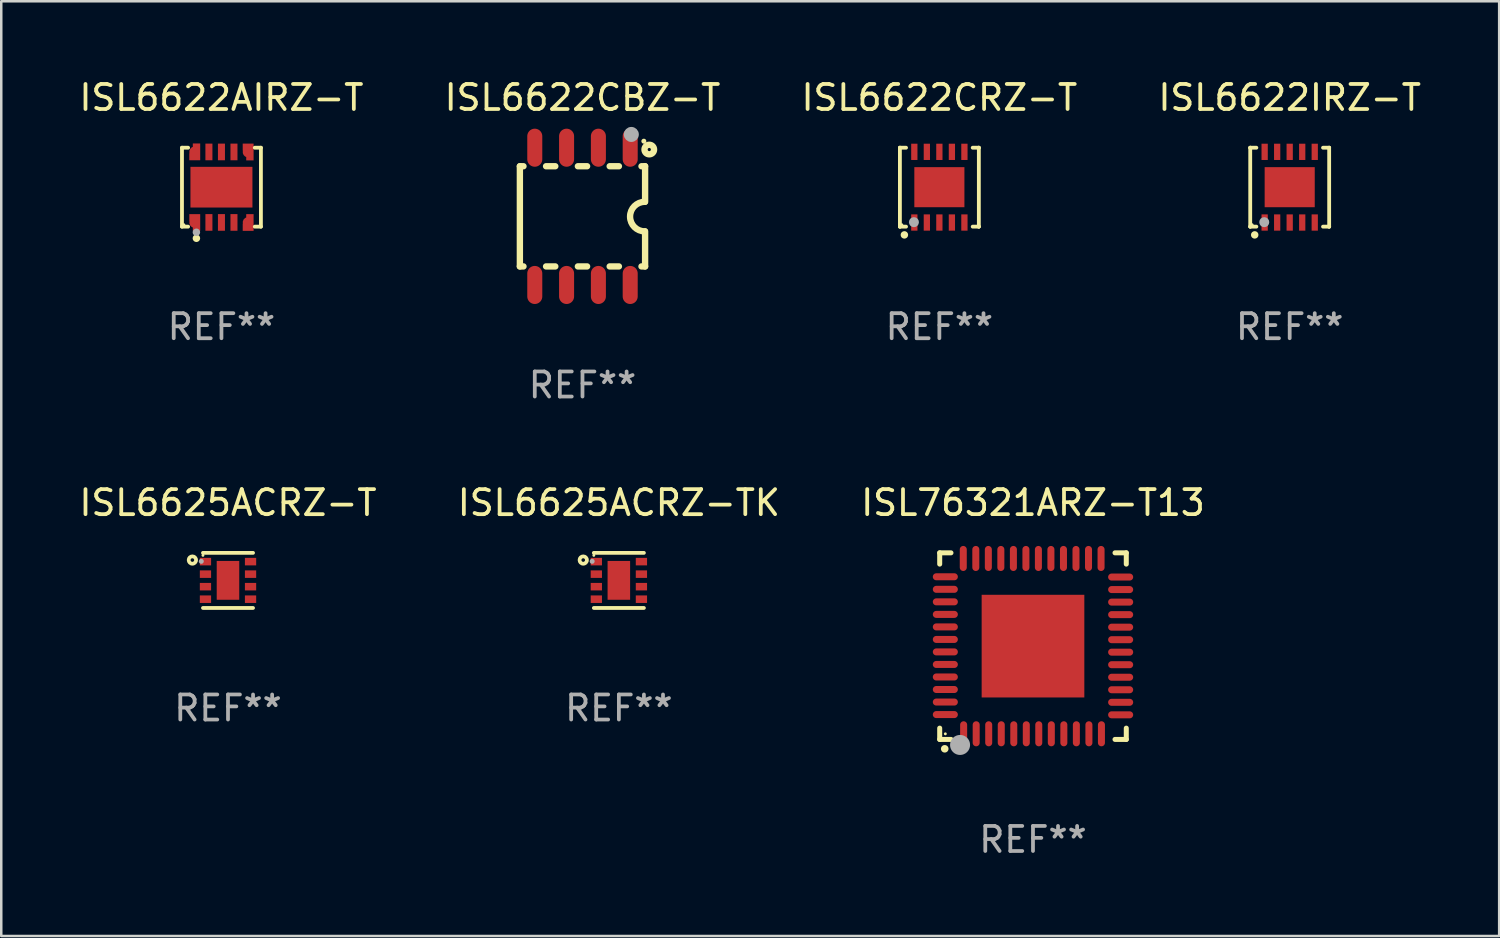
<source format=kicad_pcb>
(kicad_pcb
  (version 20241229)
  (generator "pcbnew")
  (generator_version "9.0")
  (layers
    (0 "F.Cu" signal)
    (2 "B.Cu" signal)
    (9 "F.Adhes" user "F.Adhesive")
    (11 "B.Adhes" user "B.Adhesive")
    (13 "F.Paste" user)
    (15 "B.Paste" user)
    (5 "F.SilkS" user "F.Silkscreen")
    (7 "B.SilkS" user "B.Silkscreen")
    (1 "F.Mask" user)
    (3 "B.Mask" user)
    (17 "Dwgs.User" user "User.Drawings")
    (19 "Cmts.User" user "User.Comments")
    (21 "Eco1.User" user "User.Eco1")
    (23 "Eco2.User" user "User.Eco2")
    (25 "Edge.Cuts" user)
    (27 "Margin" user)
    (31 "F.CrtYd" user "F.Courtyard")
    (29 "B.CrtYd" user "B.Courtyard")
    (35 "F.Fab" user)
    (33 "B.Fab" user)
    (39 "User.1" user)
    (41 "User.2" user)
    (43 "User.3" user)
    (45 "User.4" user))
  (footprint "ISL6622AIRZ-T"
    (layer "F.Cu")
    (at 5.792 4.424)
    (property "Reference" "ISL6622AIRZ-T" (at 0 -3.576 0) (layer "F.SilkS") (effects (font (size 1 1) (thickness 0.15))))
    (attr through_hole)
    (fp_line (start -1.576 -1.576) (end -1.331 -1.576) (stroke (width 0.152) (type solid)) (layer "F.SilkS"))
    (fp_line (start -1.576 1.576) (end -1.576 -1.576) (stroke (width 0.152) (type solid)) (layer "F.SilkS"))
    (fp_line (start -1.331 1.576) (end -1.576 1.576) (stroke (width 0.152) (type solid)) (layer "F.SilkS"))
    (fp_line (start 1.331 1.576) (end 1.576 1.576) (stroke (width 0.152) (type solid)) (layer "F.SilkS"))
    (fp_line (start 1.576 -1.576) (end 1.331 -1.576) (stroke (width 0.152) (type solid)) (layer "F.SilkS"))
    (fp_line (start 1.576 1.576) (end 1.576 -1.576) (stroke (width 0.152) (type solid)) (layer "F.SilkS"))
    (fp_circle (center -1.5 1.5) (end -1.47 1.5) (stroke (width 0.06) (type solid)) (fill no) (layer "F.SilkS"))
    (fp_circle (center -1 2.04) (end -0.925 2.04) (stroke (width 0.15) (type solid)) (fill no) (layer "F.SilkS"))
    (fp_circle (center -1 1.8) (end -0.925 1.8) (stroke (width 0.15) (type solid)) (fill no) (layer "F.Fab"))
    (fp_text user "REF**" (at 0 5.576 0) (layer "F.Fab") (effects (font (size 1 1) (thickness 0.15))))
    (pad "1" smd custom (at -1.066 1.41) (size 0.435 0.67) (layers "F.Cu" "F.Mask" "F.Paste") (options (anchor circle)) (primitives (gr_poly (pts (xy 0.218 -0.335) (xy -0.217 -0.335) (xy -0.217 -0.055) (xy -0.077 -0.055) (xy -0.077 0.335) (xy 0.218 0.335)) (width 0) (fill yes))))
    (pad "2" smd rect (at -0.5 1.407) (size 0.28 0.665) (layers "F.Cu" "F.Mask" "F.Paste"))
    (pad "3" smd rect (at 0 1.407) (size 0.28 0.665) (layers "F.Cu" "F.Mask" "F.Paste"))
    (pad "4" smd rect (at 0.5 1.407) (size 0.28 0.665) (layers "F.Cu" "F.Mask" "F.Paste"))
    (pad "5" smd custom (at 1.066 1.41 180) (size 0.435 0.67) (layers "F.Cu" "F.Mask" "F.Paste") (options (anchor circle)) (primitives (gr_poly (pts (xy -0.218 -0.335) (xy 0.217 -0.335) (xy 0.217 -0.055) (xy 0.077 -0.055) (xy 0.077 0.335) (xy -0.218 0.335)) (width 0) (fill yes))))
    (pad "6" smd custom (at 1.066 -1.405 180) (size 0.435 0.67) (layers "F.Cu" "F.Mask" "F.Paste") (options (anchor circle)) (primitives (gr_poly (pts (xy -0.218 0.335) (xy 0.217 0.335) (xy 0.217 0.055) (xy 0.077 0.055) (xy 0.077 -0.335) (xy -0.218 -0.335)) (width 0) (fill yes))))
    (pad "7" smd rect (at 0.5 -1.407) (size 0.28 0.665) (layers "F.Cu" "F.Mask" "F.Paste"))
    (pad "8" smd rect (at 0 -1.407) (size 0.28 0.665) (layers "F.Cu" "F.Mask" "F.Paste"))
    (pad "9" smd rect (at -0.5 -1.407) (size 0.28 0.665) (layers "F.Cu" "F.Mask" "F.Paste"))
    (pad "10" smd custom (at -1.066 -1.41) (size 0.435 0.67) (layers "F.Cu" "F.Mask" "F.Paste") (options (anchor circle)) (primitives (gr_poly (pts (xy 0.218 0.335) (xy -0.218 0.335) (xy -0.218 0.055) (xy -0.077 0.055) (xy -0.077 -0.335) (xy 0.218 -0.335)) (width 0) (fill yes))))
    (pad "11" smd rect (at 0 0) (size 2.475 1.625) (layers "F.Cu" "F.Mask" "F.Paste")))
  (footprint "ISL6622CBZ-T"
    (layer "F.Cu")
    (at 20.208 5.588)
    (property "Reference" "ISL6622CBZ-T" (at 0 -4.74 0) (layer "F.SilkS") (effects (font (size 1 1) (thickness 0.15))))
    (attr through_hole)
    (fp_line (start -2.5 2) (end -2.5 -2) (stroke (width 0.254) (type solid)) (layer "F.SilkS"))
    (fp_line (start -2.356 -2) (end -2.5 -2) (stroke (width 0.254) (type solid)) (layer "F.SilkS"))
    (fp_line (start -2.356 2) (end -2.5 2) (stroke (width 0.254) (type solid)) (layer "F.SilkS"))
    (fp_line (start -1.086 -2) (end -1.454 -2) (stroke (width 0.254) (type solid)) (layer "F.SilkS"))
    (fp_line (start -1.086 2) (end -1.454 2) (stroke (width 0.254) (type solid)) (layer "F.SilkS"))
    (fp_line (start 0.184 -2) (end -0.184 -2) (stroke (width 0.254) (type solid)) (layer "F.SilkS"))
    (fp_line (start 0.184 2) (end -0.184 2) (stroke (width 0.254) (type solid)) (layer "F.SilkS"))
    (fp_line (start 1.454 -2) (end 1.086 -2) (stroke (width 0.254) (type solid)) (layer "F.SilkS"))
    (fp_line (start 1.454 2) (end 1.086 2) (stroke (width 0.254) (type solid)) (layer "F.SilkS"))
    (fp_line (start 2.5 -2) (end 2.356 -2) (stroke (width 0.254) (type solid)) (layer "F.SilkS"))
    (fp_line (start 2.5 -0.58) (end 2.5 -2) (stroke (width 0.254) (type solid)) (layer "F.SilkS"))
    (fp_line (start 2.5 2) (end 2.356 2) (stroke (width 0.254) (type solid)) (layer "F.SilkS"))
    (fp_line (start 2.5 2) (end 2.5 0.6) (stroke (width 0.254) (type solid)) (layer "F.SilkS"))
    (fp_arc (start 2.489992 0.600051) (mid 1.901674 0.010046) (end 2.489992 -0.579959) (stroke (width 0.254001) (type solid)) (layer "F.SilkS"))
    (fp_circle (center 2.45 -3) (end 2.5 -3) (stroke (width 0.1) (type solid)) (fill no) (layer "F.SilkS"))
    (fp_circle (center 2.667 -2.667) (end 2.858 -2.667) (stroke (width 0.254) (type solid)) (fill no) (layer "F.SilkS"))
    (fp_circle (center 1.95 -3.27) (end 2.1 -3.27) (stroke (width 0.3) (type solid)) (fill no) (layer "F.Fab"))
    (fp_text user "REF**" (at 0 6.74 0) (layer "F.Fab") (effects (font (size 1 1) (thickness 0.15))))
    (pad "1" smd oval (at 1.905 -2.74) (size 0.6 1.52) (layers "F.Cu" "F.Mask" "F.Paste"))
    (pad "2" smd oval (at 0.635 -2.74) (size 0.6 1.52) (layers "F.Cu" "F.Mask" "F.Paste"))
    (pad "3" smd oval (at -0.635 -2.74) (size 0.6 1.52) (layers "F.Cu" "F.Mask" "F.Paste"))
    (pad "4" smd oval (at -1.905 -2.74) (size 0.6 1.52) (layers "F.Cu" "F.Mask" "F.Paste"))
    (pad "5" smd oval (at -1.905 2.74) (size 0.6 1.52) (layers "F.Cu" "F.Mask" "F.Paste"))
    (pad "6" smd oval (at -0.635 2.74) (size 0.6 1.52) (layers "F.Cu" "F.Mask" "F.Paste"))
    (pad "7" smd oval (at 0.635 2.74) (size 0.6 1.52) (layers "F.Cu" "F.Mask" "F.Paste"))
    (pad "8" smd oval (at 1.905 2.74) (size 0.6 1.52) (layers "F.Cu" "F.Mask" "F.Paste")))
  (footprint "ISL76321ARZ-T13"
    (layer "F.Cu")
    (at 38.196 22.749)
    (property "Reference" "ISL76321ARZ-T13" (at 0 -5.725 0) (layer "F.SilkS") (effects (font (size 1 1) (thickness 0.15))))
    (attr through_hole)
    (fp_line (start -3.725 -3.725) (end -3.275 -3.725) (stroke (width 0.2) (type solid)) (layer "F.SilkS"))
    (fp_line (start -3.725 -3.275) (end -3.725 -3.725) (stroke (width 0.2) (type solid)) (layer "F.SilkS"))
    (fp_line (start -3.725 3.725) (end -3.725 3.275) (stroke (width 0.2) (type solid)) (layer "F.SilkS"))
    (fp_line (start -3.275 3.725) (end -3.725 3.725) (stroke (width 0.2) (type solid)) (layer "F.SilkS"))
    (fp_line (start 3.275 3.725) (end 3.725 3.725) (stroke (width 0.2) (type solid)) (layer "F.SilkS"))
    (fp_line (start 3.725 -3.725) (end 3.275 -3.725) (stroke (width 0.2) (type solid)) (layer "F.SilkS"))
    (fp_line (start 3.725 -3.275) (end 3.725 -3.725) (stroke (width 0.2) (type solid)) (layer "F.SilkS"))
    (fp_line (start 3.725 3.725) (end 3.725 3.275) (stroke (width 0.2) (type solid)) (layer "F.SilkS"))
    (fp_arc (start -3.525527 4.099568) (mid -3.524257 4.099563) (end -3.522987 4.099568) (stroke (width 0.3) (type solid)) (layer "F.SilkS"))
    (fp_circle (center -3.5 3.502) (end -3.47 3.502) (stroke (width 0.06) (type solid)) (fill no) (layer "F.SilkS"))
    (fp_circle (center -2.912 3.946) (end -2.712 3.946) (stroke (width 0.4) (type solid)) (fill no) (layer "F.Fab"))
    (fp_text user "REF**" (at 0 7.725 0) (layer "F.Fab") (effects (font (size 1 1) (thickness 0.15))))
    (pad "1" smd oval (at -2.769 3.5) (size 0.28 1) (layers "F.Cu" "F.Mask" "F.Paste"))
    (pad "2" smd oval (at -2.268 3.5) (size 0.28 1) (layers "F.Cu" "F.Mask" "F.Paste"))
    (pad "3" smd oval (at -1.768 3.5) (size 0.28 1) (layers "F.Cu" "F.Mask" "F.Paste"))
    (pad "4" smd oval (at -1.267 3.5) (size 0.28 1) (layers "F.Cu" "F.Mask" "F.Paste"))
    (pad "5" smd oval (at -0.767 3.5) (size 0.28 1) (layers "F.Cu" "F.Mask" "F.Paste"))
    (pad "6" smd oval (at -0.267 3.5) (size 0.28 1) (layers "F.Cu" "F.Mask" "F.Paste"))
    (pad "7" smd oval (at 0.231 3.5) (size 0.28 1) (layers "F.Cu" "F.Mask" "F.Paste"))
    (pad "8" smd oval (at 0.732 3.5) (size 0.28 1) (layers "F.Cu" "F.Mask" "F.Paste"))
    (pad "9" smd oval (at 1.232 3.5) (size 0.28 1) (layers "F.Cu" "F.Mask" "F.Paste"))
    (pad "10" smd oval (at 1.732 3.5) (size 0.28 1) (layers "F.Cu" "F.Mask" "F.Paste"))
    (pad "11" smd oval (at 2.233 3.5) (size 0.28 1) (layers "F.Cu" "F.Mask" "F.Paste"))
    (pad "12" smd oval (at 2.733 3.5) (size 0.28 1) (layers "F.Cu" "F.Mask" "F.Paste"))
    (pad "13" smd oval (at 3.5 2.743) (size 1 0.28) (layers "F.Cu" "F.Mask" "F.Paste"))
    (pad "14" smd oval (at 3.5 2.243) (size 1 0.28) (layers "F.Cu" "F.Mask" "F.Paste"))
    (pad "15" smd oval (at 3.5 1.742) (size 1 0.28) (layers "F.Cu" "F.Mask" "F.Paste"))
    (pad "16" smd oval (at 3.5 1.242) (size 1 0.28) (layers "F.Cu" "F.Mask" "F.Paste"))
    (pad "17" smd oval (at 3.5 0.742) (size 1 0.28) (layers "F.Cu" "F.Mask" "F.Paste"))
    (pad "18" smd oval (at 3.5 0.241) (size 1 0.28) (layers "F.Cu" "F.Mask" "F.Paste"))
    (pad "19" smd oval (at 3.5 -0.257) (size 1 0.28) (layers "F.Cu" "F.Mask" "F.Paste"))
    (pad "20" smd oval (at 3.5 -0.757) (size 1 0.28) (layers "F.Cu" "F.Mask" "F.Paste"))
    (pad "21" smd oval (at 3.5 -1.257) (size 1 0.28) (layers "F.Cu" "F.Mask" "F.Paste"))
    (pad "22" smd oval (at 3.5 -1.758) (size 1 0.28) (layers "F.Cu" "F.Mask" "F.Paste"))
    (pad "23" smd oval (at 3.5 -2.258) (size 1 0.28) (layers "F.Cu" "F.Mask" "F.Paste"))
    (pad "24" smd oval (at 3.5 -2.758) (size 1 0.28) (layers "F.Cu" "F.Mask" "F.Paste"))
    (pad "25" smd oval (at 2.718 -3.5) (size 0.28 1) (layers "F.Cu" "F.Mask" "F.Paste"))
    (pad "26" smd oval (at 2.217 -3.5) (size 0.28 1) (layers "F.Cu" "F.Mask" "F.Paste"))
    (pad "27" smd oval (at 1.717 -3.5) (size 0.28 1) (layers "F.Cu" "F.Mask" "F.Paste"))
    (pad "28" smd oval (at 1.217 -3.5) (size 0.28 1) (layers "F.Cu" "F.Mask" "F.Paste"))
    (pad "29" smd oval (at 0.716 -3.5) (size 0.28 1) (layers "F.Cu" "F.Mask" "F.Paste"))
    (pad "30" smd oval (at 0.216 -3.5) (size 0.28 1) (layers "F.Cu" "F.Mask" "F.Paste"))
    (pad "31" smd oval (at -0.282 -3.5) (size 0.28 1) (layers "F.Cu" "F.Mask" "F.Paste"))
    (pad "32" smd oval (at -0.782 -3.5) (size 0.28 1) (layers "F.Cu" "F.Mask" "F.Paste"))
    (pad "33" smd oval (at -1.283 -3.5) (size 0.28 1) (layers "F.Cu" "F.Mask" "F.Paste"))
    (pad "34" smd oval (at -1.783 -3.5) (size 0.28 1) (layers "F.Cu" "F.Mask" "F.Paste"))
    (pad "35" smd oval (at -2.283 -3.5) (size 0.28 1) (layers "F.Cu" "F.Mask" "F.Paste"))
    (pad "36" smd oval (at -2.784 -3.5) (size 0.28 1) (layers "F.Cu" "F.Mask" "F.Paste"))
    (pad "37" smd oval (at -3.5 -2.769) (size 1 0.28) (layers "F.Cu" "F.Mask" "F.Paste"))
    (pad "38" smd oval (at -3.5 -2.268) (size 1 0.28) (layers "F.Cu" "F.Mask" "F.Paste"))
    (pad "39" smd oval (at -3.5 -1.768) (size 1 0.28) (layers "F.Cu" "F.Mask" "F.Paste"))
    (pad "40" smd oval (at -3.5 -1.267) (size 1 0.28) (layers "F.Cu" "F.Mask" "F.Paste"))
    (pad "41" smd oval (at -3.5 -0.767) (size 1 0.28) (layers "F.Cu" "F.Mask" "F.Paste"))
    (pad "42" smd oval (at -3.5 -0.267) (size 1 0.28) (layers "F.Cu" "F.Mask" "F.Paste"))
    (pad "43" smd oval (at -3.5 0.231) (size 1 0.28) (layers "F.Cu" "F.Mask" "F.Paste"))
    (pad "44" smd oval (at -3.5 0.732) (size 1 0.28) (layers "F.Cu" "F.Mask" "F.Paste"))
    (pad "45" smd oval (at -3.5 1.232) (size 1 0.28) (layers "F.Cu" "F.Mask" "F.Paste"))
    (pad "46" smd oval (at -3.5 1.732) (size 1 0.28) (layers "F.Cu" "F.Mask" "F.Paste"))
    (pad "47" smd oval (at -3.5 2.233) (size 1 0.28) (layers "F.Cu" "F.Mask" "F.Paste"))
    (pad "48" smd oval (at -3.5 2.733) (size 1 0.28) (layers "F.Cu" "F.Mask" "F.Paste"))
    (pad "49" smd rect (at 0 0 90) (size 4.1 4.1) (layers "F.Cu" "F.Mask" "F.Paste")))
  (footprint "ISL6625ACRZ-T"
    (layer "F.Cu")
    (at 6.054 20.125)
    (property "Reference" "ISL6625ACRZ-T" (at 0 -3.1 0) (layer "F.SilkS") (effects (font (size 1 1) (thickness 0.15))))
    (attr through_hole)
    (fp_line (start 1 -1.1) (end -1 -1.1) (stroke (width 0.15) (type solid)) (layer "F.SilkS"))
    (fp_line (start 1 1.1) (end -1 1.1) (stroke (width 0.15) (type solid)) (layer "F.SilkS"))
    (fp_circle (center -1.423 -0.813) (end -1.351 -0.813) (stroke (width 0.15) (type solid)) (fill no) (layer "F.SilkS"))
    (fp_circle (center -1 -1) (end -0.97 -1) (stroke (width 0.06) (type solid)) (fill no) (layer "F.SilkS"))
    (fp_circle (center -1.067 -0.762) (end -1.017 -0.762) (stroke (width 0.1) (type solid)) (fill no) (layer "F.Fab"))
    (fp_text user "REF**" (at 0 5.1 0) (layer "F.Fab") (effects (font (size 1 1) (thickness 0.15))))
    (pad "1" smd rect (at -0.9 -0.75) (size 0.45 0.3) (layers "F.Cu" "F.Mask" "F.Paste"))
    (pad "2" smd rect (at -0.9 -0.25) (size 0.45 0.3) (layers "F.Cu" "F.Mask" "F.Paste"))
    (pad "3" smd rect (at -0.9 0.25) (size 0.45 0.3) (layers "F.Cu" "F.Mask" "F.Paste"))
    (pad "4" smd rect (at -0.9 0.75) (size 0.45 0.3) (layers "F.Cu" "F.Mask" "F.Paste"))
    (pad "5" smd rect (at 0.9 0.75) (size 0.45 0.3) (layers "F.Cu" "F.Mask" "F.Paste"))
    (pad "6" smd rect (at 0.9 0.25) (size 0.45 0.3) (layers "F.Cu" "F.Mask" "F.Paste"))
    (pad "7" smd rect (at 0.9 -0.25) (size 0.45 0.3) (layers "F.Cu" "F.Mask" "F.Paste"))
    (pad "8" smd rect (at 0.9 -0.75) (size 0.45 0.3) (layers "F.Cu" "F.Mask" "F.Paste"))
    (pad "9" smd rect (at -0.001 -0.002) (size 0.9 1.55) (layers "F.Cu" "F.Mask" "F.Paste")))
  (footprint "ISL6622CRZ-T"
    (layer "F.Cu")
    (at 34.458 4.424)
    (property "Reference" "ISL6622CRZ-T" (at 0 -3.576 0) (layer "F.SilkS") (effects (font (size 1 1) (thickness 0.15))))
    (attr through_hole)
    (fp_line (start -1.576 -1.576) (end -1.576 -1.576) (stroke (width 0.152) (type solid)) (layer "F.SilkS"))
    (fp_line (start -1.576 -1.576) (end -1.331 -1.576) (stroke (width 0.152) (type solid)) (layer "F.SilkS"))
    (fp_line (start -1.576 1.576) (end -1.576 -1.576) (stroke (width 0.152) (type solid)) (layer "F.SilkS"))
    (fp_line (start -1.576 1.576) (end -1.576 1.576) (stroke (width 0.152) (type solid)) (layer "F.SilkS"))
    (fp_line (start -1.331 1.576) (end -1.576 1.576) (stroke (width 0.152) (type solid)) (layer "F.SilkS"))
    (fp_line (start 1.331 1.576) (end 1.576 1.576) (stroke (width 0.152) (type solid)) (layer "F.SilkS"))
    (fp_line (start 1.576 -1.576) (end 1.331 -1.576) (stroke (width 0.152) (type solid)) (layer "F.SilkS"))
    (fp_line (start 1.576 -1.576) (end 1.576 -1.576) (stroke (width 0.152) (type solid)) (layer "F.SilkS"))
    (fp_line (start 1.576 1.576) (end 1.576 -1.576) (stroke (width 0.152) (type solid)) (layer "F.SilkS"))
    (fp_line (start 1.576 1.576) (end 1.576 1.576) (stroke (width 0.152) (type solid)) (layer "F.SilkS"))
    (fp_circle (center -1.5 1.5) (end -1.47 1.5) (stroke (width 0.06) (type solid)) (fill no) (layer "F.SilkS"))
    (fp_circle (center -1.397 1.905) (end -1.322 1.905) (stroke (width 0.15) (type solid)) (fill no) (layer "F.SilkS"))
    (fp_circle (center -1.016 1.397) (end -0.916 1.397) (stroke (width 0.2) (type solid)) (fill no) (layer "F.Fab"))
    (fp_text user "REF**" (at 0 5.576 0) (layer "F.Fab") (effects (font (size 1 1) (thickness 0.15))))
    (pad "1" smd rect (at -1 1.411) (size 0.25 0.65) (layers "F.Cu" "F.Mask" "F.Paste"))
    (pad "2" smd rect (at -0.5 1.411) (size 0.25 0.65) (layers "F.Cu" "F.Mask" "F.Paste"))
    (pad "3" smd rect (at 0 1.411) (size 0.25 0.65) (layers "F.Cu" "F.Mask" "F.Paste"))
    (pad "4" smd rect (at 0.5 1.411) (size 0.25 0.65) (layers "F.Cu" "F.Mask" "F.Paste"))
    (pad "5" smd rect (at 1 1.411) (size 0.25 0.65) (layers "F.Cu" "F.Mask" "F.Paste"))
    (pad "6" smd rect (at 1 -1.411) (size 0.25 0.65) (layers "F.Cu" "F.Mask" "F.Paste"))
    (pad "7" smd rect (at 0.5 -1.411) (size 0.25 0.65) (layers "F.Cu" "F.Mask" "F.Paste"))
    (pad "8" smd rect (at 0 -1.411) (size 0.25 0.65) (layers "F.Cu" "F.Mask" "F.Paste"))
    (pad "9" smd rect (at -0.5 -1.411) (size 0.25 0.65) (layers "F.Cu" "F.Mask" "F.Paste"))
    (pad "10" smd rect (at -1 -1.411) (size 0.25 0.65) (layers "F.Cu" "F.Mask" "F.Paste"))
    (pad "11" smd rect (at 0 0) (size 2 1.6) (layers "F.Cu" "F.Mask" "F.Paste")))
  (footprint "ISL6625ACRZ-TK"
    (layer "F.Cu")
    (at 21.661 20.125)
    (property "Reference" "ISL6625ACRZ-TK" (at 0 -3.1 0) (layer "F.SilkS") (effects (font (size 1 1) (thickness 0.15))))
    (attr through_hole)
    (fp_line (start 1 -1.1) (end -1 -1.1) (stroke (width 0.15) (type solid)) (layer "F.SilkS"))
    (fp_line (start 1 1.1) (end -1 1.1) (stroke (width 0.15) (type solid)) (layer "F.SilkS"))
    (fp_circle (center -1.423 -0.813) (end -1.351 -0.813) (stroke (width 0.15) (type solid)) (fill no) (layer "F.SilkS"))
    (fp_circle (center -1 -1) (end -0.97 -1) (stroke (width 0.06) (type solid)) (fill no) (layer "F.SilkS"))
    (fp_circle (center -1.067 -0.762) (end -1.017 -0.762) (stroke (width 0.1) (type solid)) (fill no) (layer "F.Fab"))
    (fp_text user "REF**" (at 0 5.1 0) (layer "F.Fab") (effects (font (size 1 1) (thickness 0.15))))
    (pad "1" smd rect (at -0.9 -0.75) (size 0.45 0.3) (layers "F.Cu" "F.Mask" "F.Paste"))
    (pad "2" smd rect (at -0.9 -0.25) (size 0.45 0.3) (layers "F.Cu" "F.Mask" "F.Paste"))
    (pad "3" smd rect (at -0.9 0.25) (size 0.45 0.3) (layers "F.Cu" "F.Mask" "F.Paste"))
    (pad "4" smd rect (at -0.9 0.75) (size 0.45 0.3) (layers "F.Cu" "F.Mask" "F.Paste"))
    (pad "5" smd rect (at 0.9 0.75) (size 0.45 0.3) (layers "F.Cu" "F.Mask" "F.Paste"))
    (pad "6" smd rect (at 0.9 0.25) (size 0.45 0.3) (layers "F.Cu" "F.Mask" "F.Paste"))
    (pad "7" smd rect (at 0.9 -0.25) (size 0.45 0.3) (layers "F.Cu" "F.Mask" "F.Paste"))
    (pad "8" smd rect (at 0.9 -0.75) (size 0.45 0.3) (layers "F.Cu" "F.Mask" "F.Paste"))
    (pad "9" smd rect (at -0.001 -0.002) (size 0.9 1.55) (layers "F.Cu" "F.Mask" "F.Paste")))
  (footprint "ISL6622IRZ-T"
    (layer "F.Cu")
    (at 48.446 4.424)
    (property "Reference" "ISL6622IRZ-T" (at 0 -3.576 0) (layer "F.SilkS") (effects (font (size 1 1) (thickness 0.15))))
    (attr through_hole)
    (fp_line (start -1.576 -1.576) (end -1.576 -1.576) (stroke (width 0.152) (type solid)) (layer "F.SilkS"))
    (fp_line (start -1.576 -1.576) (end -1.331 -1.576) (stroke (width 0.152) (type solid)) (layer "F.SilkS"))
    (fp_line (start -1.576 1.576) (end -1.576 -1.576) (stroke (width 0.152) (type solid)) (layer "F.SilkS"))
    (fp_line (start -1.576 1.576) (end -1.576 1.576) (stroke (width 0.152) (type solid)) (layer "F.SilkS"))
    (fp_line (start -1.331 1.576) (end -1.576 1.576) (stroke (width 0.152) (type solid)) (layer "F.SilkS"))
    (fp_line (start 1.331 1.576) (end 1.576 1.576) (stroke (width 0.152) (type solid)) (layer "F.SilkS"))
    (fp_line (start 1.576 -1.576) (end 1.331 -1.576) (stroke (width 0.152) (type solid)) (layer "F.SilkS"))
    (fp_line (start 1.576 -1.576) (end 1.576 -1.576) (stroke (width 0.152) (type solid)) (layer "F.SilkS"))
    (fp_line (start 1.576 1.576) (end 1.576 -1.576) (stroke (width 0.152) (type solid)) (layer "F.SilkS"))
    (fp_line (start 1.576 1.576) (end 1.576 1.576) (stroke (width 0.152) (type solid)) (layer "F.SilkS"))
    (fp_circle (center -1.5 1.5) (end -1.47 1.5) (stroke (width 0.06) (type solid)) (fill no) (layer "F.SilkS"))
    (fp_circle (center -1.397 1.905) (end -1.322 1.905) (stroke (width 0.15) (type solid)) (fill no) (layer "F.SilkS"))
    (fp_circle (center -1.016 1.397) (end -0.916 1.397) (stroke (width 0.2) (type solid)) (fill no) (layer "F.Fab"))
    (fp_text user "REF**" (at 0 5.576 0) (layer "F.Fab") (effects (font (size 1 1) (thickness 0.15))))
    (pad "1" smd rect (at -1 1.411) (size 0.25 0.65) (layers "F.Cu" "F.Mask" "F.Paste"))
    (pad "2" smd rect (at -0.5 1.411) (size 0.25 0.65) (layers "F.Cu" "F.Mask" "F.Paste"))
    (pad "3" smd rect (at 0 1.411) (size 0.25 0.65) (layers "F.Cu" "F.Mask" "F.Paste"))
    (pad "4" smd rect (at 0.5 1.411) (size 0.25 0.65) (layers "F.Cu" "F.Mask" "F.Paste"))
    (pad "5" smd rect (at 1 1.411) (size 0.25 0.65) (layers "F.Cu" "F.Mask" "F.Paste"))
    (pad "6" smd rect (at 1 -1.411) (size 0.25 0.65) (layers "F.Cu" "F.Mask" "F.Paste"))
    (pad "7" smd rect (at 0.5 -1.411) (size 0.25 0.65) (layers "F.Cu" "F.Mask" "F.Paste"))
    (pad "8" smd rect (at 0 -1.411) (size 0.25 0.65) (layers "F.Cu" "F.Mask" "F.Paste"))
    (pad "9" smd rect (at -0.5 -1.411) (size 0.25 0.65) (layers "F.Cu" "F.Mask" "F.Paste"))
    (pad "10" smd rect (at -1 -1.411) (size 0.25 0.65) (layers "F.Cu" "F.Mask" "F.Paste"))
    (pad "11" smd rect (at 0 0) (size 2 1.6) (layers "F.Cu" "F.Mask" "F.Paste")))
  (gr_rect
    (start -3 -3)
    (end 56.81 34.323)
    (stroke (width 0.1) (type default))
    (fill no)
    (layer "Edge.Cuts")))
</source>
